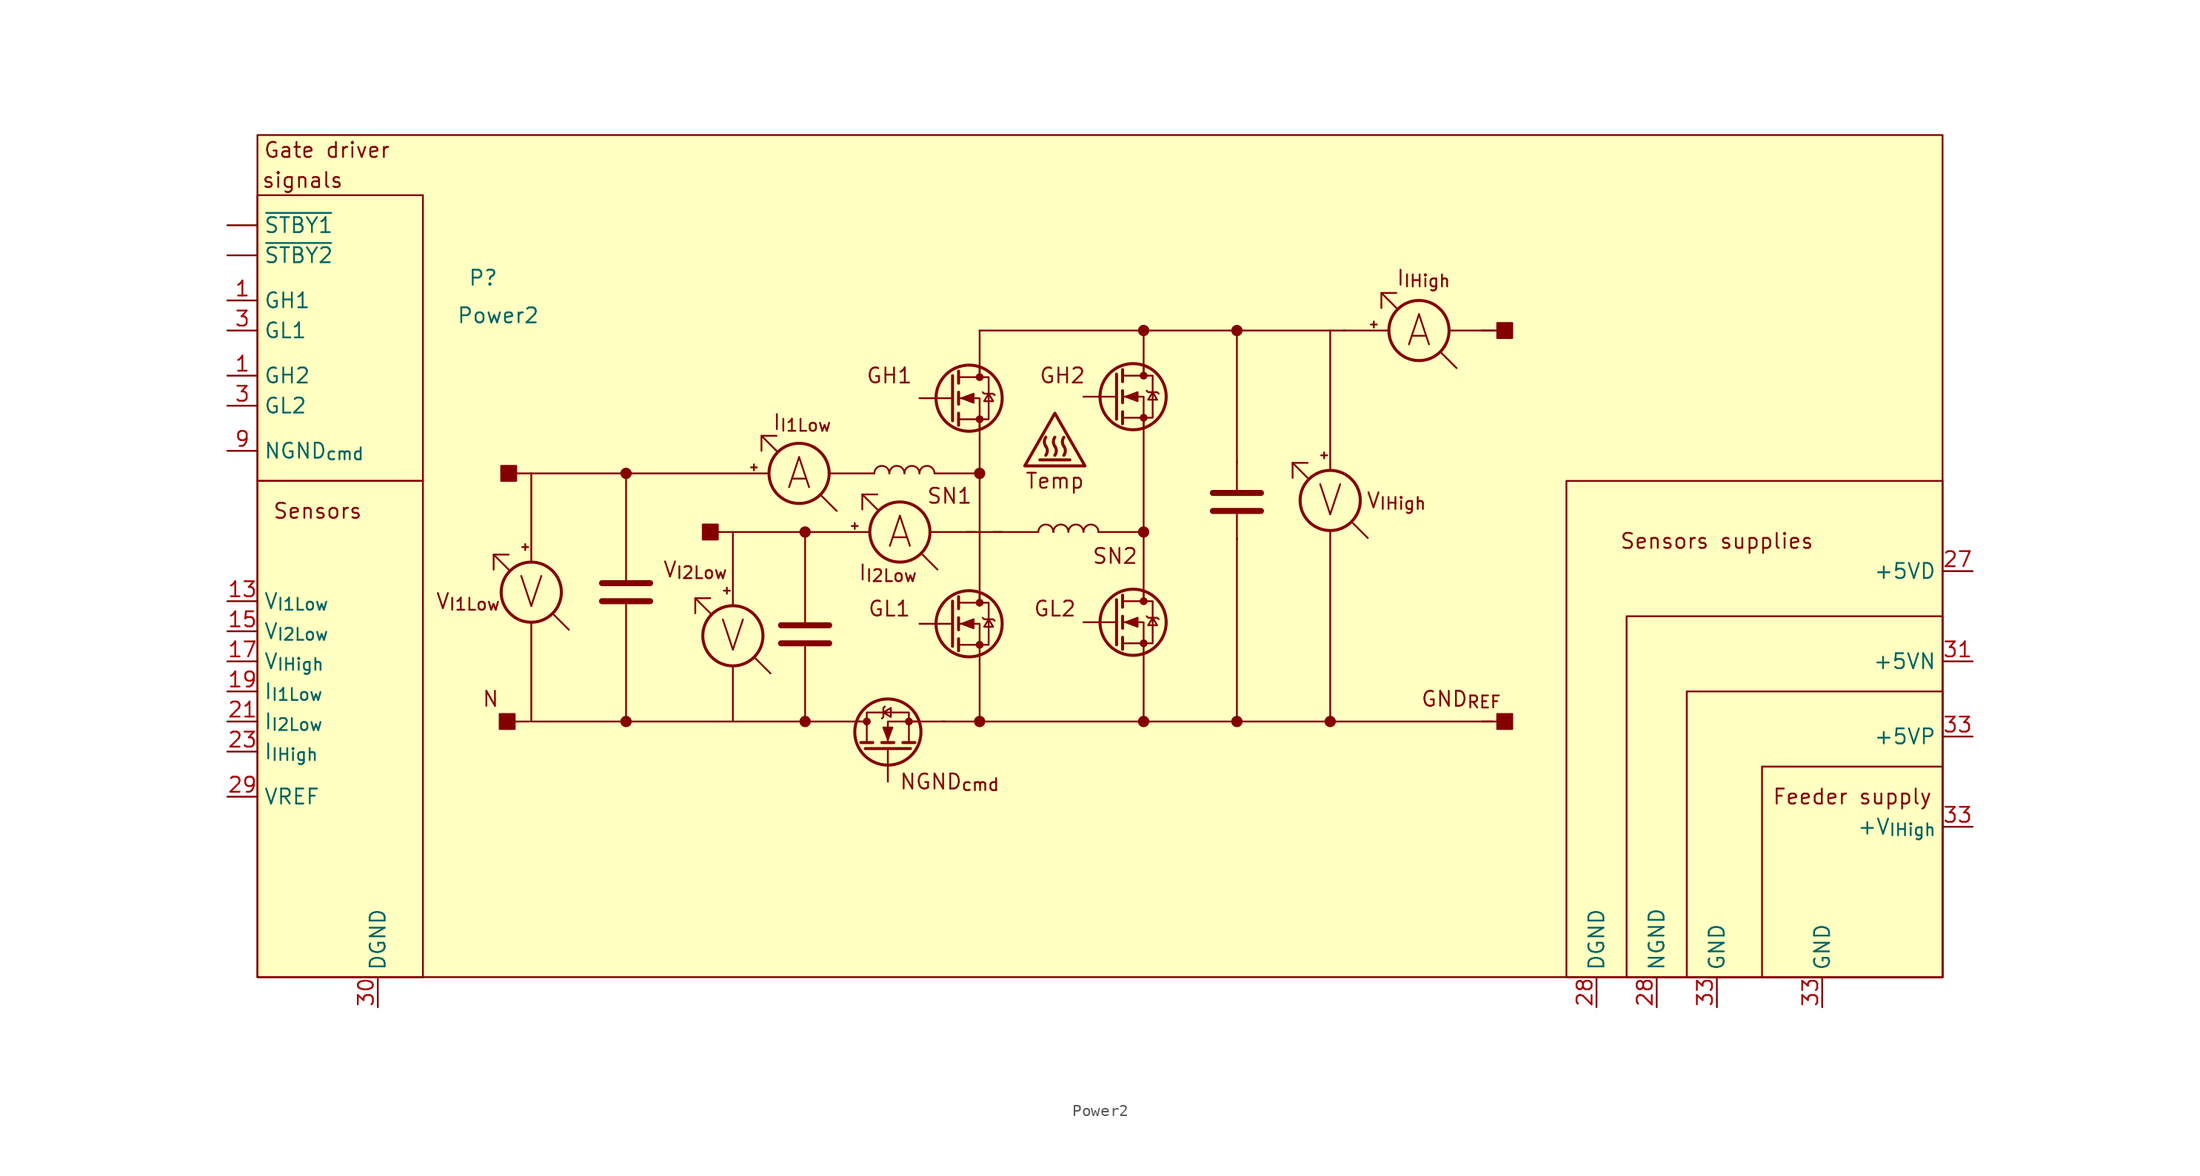
<source format=kicad_sym>
(kicad_symbol_lib
  (version 20241209)
  (generator "kicad_symbol_editor")
  (generator_version "9.0")
  (symbol "Power2"
    (property "Reference" "P"
      (at 2.54 10.795 0)
      (effects (font (size 1.27 1.27))))
    (property "Value" "Power2"
      (at 3.81 7.62 0)
      (effects (font (size 1.27 1.27))))
    (symbol "Power2_0_0"
      (rectangle (start -16.51 17.78) (end -2.54 -6.35) (stroke (width 0) (type default)) (fill (type none)))
      (rectangle (start -16.51 -6.35) (end -2.54 -48.26) (stroke (width 0) (type default)) (fill (type none)))
      (rectangle (start 3.937 -26.035) (end 5.207 -27.305) (stroke (width 0) (type default)) (fill (type outline)))
      (rectangle (start 4.064 -5.08) (end 5.334 -6.35) (stroke (width 0) (type default)) (fill (type outline)))
      (polyline (pts (xy 4.699 -12.573) (xy 3.429 -12.573) (xy 3.429 -13.843)) (stroke (width 0) (type default)) (fill (type none)))
      (polyline (pts (xy 4.699 -13.843) (xy 3.429 -12.573)) (stroke (width 0) (type default)) (fill (type none)))
      (polyline (pts (xy 6.477 -26.67) (xy 5.207 -26.67)) (stroke (width 0) (type default)) (fill (type none)))
      (polyline (pts (xy 6.604 -5.715) (xy 5.334 -5.715)) (stroke (width 0) (type default)) (fill (type none)))
      (polyline (pts (xy 9.779 -18.923) (xy 8.509 -17.653)) (stroke (width 0) (type default)) (fill (type none)))
      (rectangle (start 21.082 -10.033) (end 22.352 -11.303) (stroke (width 0) (type default)) (fill (type outline)))
      (polyline (pts (xy 21.717 -16.256) (xy 20.447 -16.256) (xy 20.447 -17.526)) (stroke (width 0) (type default)) (fill (type none)))
      (polyline (pts (xy 21.717 -17.526) (xy 20.447 -16.256)) (stroke (width 0) (type default)) (fill (type none)))
      (polyline (pts (xy 23.622 -10.668) (xy 22.352 -10.668)) (stroke (width 0) (type default)) (fill (type none)))
      (polyline (pts (xy 26.035 -3.81) (xy 26.035 -2.54) (xy 27.305 -2.54)) (stroke (width 0) (type default)) (fill (type none)))
      (polyline (pts (xy 26.797 -22.606) (xy 25.527 -21.336)) (stroke (width 0) (type default)) (fill (type none)))
      (polyline (pts (xy 27.305 -3.81) (xy 26.035 -2.54)) (stroke (width 0) (type default)) (fill (type none)))
      (polyline (pts (xy 32.385 -8.89) (xy 31.115 -7.62)) (stroke (width 0) (type default)) (fill (type none)))
      (polyline (pts (xy 34.544 -8.763) (xy 34.544 -7.493) (xy 35.814 -7.493)) (stroke (width 0) (type default)) (fill (type none)))
      (polyline (pts (xy 35.814 -8.763) (xy 34.544 -7.493)) (stroke (width 0) (type default)) (fill (type none)))
      (polyline (pts (xy 40.894 -13.843) (xy 39.624 -12.573)) (stroke (width 0) (type default)) (fill (type none)))
      (polyline (pts (xy 72.136 -4.826) (xy 70.866 -4.826) (xy 70.866 -6.096)) (stroke (width 0) (type default)) (fill (type none)))
      (polyline (pts (xy 72.136 -6.096) (xy 70.866 -4.826)) (stroke (width 0) (type default)) (fill (type none)))
      (polyline (pts (xy 77.216 -11.176) (xy 75.946 -9.906)) (stroke (width 0) (type default)) (fill (type none)))
      (polyline (pts (xy 78.359 8.255) (xy 78.359 9.525) (xy 79.629 9.525)) (stroke (width 0) (type default)) (fill (type none)))
      (polyline (pts (xy 79.629 8.255) (xy 78.359 9.525)) (stroke (width 0) (type default)) (fill (type none)))
      (polyline (pts (xy 84.709 3.175) (xy 83.439 4.445)) (stroke (width 0) (type default)) (fill (type none)))
      (polyline (pts (xy 86.868 6.35) (xy 88.138 6.35)) (stroke (width 0) (type default)) (fill (type none)))
      (polyline (pts (xy 86.868 -26.67) (xy 88.138 -26.67)) (stroke (width 0) (type default)) (fill (type none)))
      (rectangle (start 89.408 5.715) (end 88.138 6.985) (stroke (width 0) (type default)) (fill (type outline)))
      (rectangle (start 89.408 -27.305) (end 88.138 -26.035) (stroke (width 0) (type default)) (fill (type outline)))
      (rectangle (start 110.49 -30.48) (end 125.73 -48.26) (stroke (width 0) (type default)) (fill (type none)))
      (text "signals" (at -12.7 19.05 0) (effects (font (size 1.27 1.27))))
      (text "Sensors" (at -11.43 -8.89 0) (effects (font (size 1.27 1.27))))
      (text "Gate driver " (at -10.16 21.59 0) (effects (font (size 1.27 1.27))))
      (text "V_{I1Low}" (at 1.27 -16.51 0) (effects (font (size 1.27 1.27))))
      (text "N" (at 3.175 -24.765 0) (effects (font (size 1.27 1.27))))
      (text "V" (at 6.604 -15.748 0) (effects (font (size 2.54 2.54))))
      (text "V_{I2Low}" (at 20.447 -13.843 0) (effects (font (size 1.27 1.27))))
      (text "V" (at 23.622 -19.431 0) (effects (font (size 2.54 2.54))))
      (text "A" (at 29.21 -5.715 0) (effects (font (size 2.54 2.54))))
      (text "I_{I1Low}" (at 29.464 -1.397 0) (effects (font (size 1.27 1.27))))
      (text "I_{I2Low}" (at 36.703 -14.097 0) (effects (font (size 1.27 1.27))))
      (text "GH1" (at 36.83 2.54 0) (effects (font (size 1.27 1.27))))
      (text "GL1" (at 36.83 -17.145 0) (effects (font (size 1.27 1.27))))
      (text "A" (at 37.719 -10.668 0) (effects (font (size 2.54 2.54))))
      (text "SN1" (at 41.91 -7.62 0) (effects (font (size 1.27 1.27))))
      (text "NGND_{cmd}" (at 41.91 -31.75 0) (effects (font (size 1.27 1.27))))
      (text "Temp" (at 50.8 -6.35 0) (effects (font (size 1.27 1.27))))
      (text "GL2" (at 50.8 -17.145 0) (effects (font (size 1.27 1.27))))
      (text "GH2" (at 51.435 2.54 0) (effects (font (size 1.27 1.27))))
      (text "SN2" (at 55.88 -12.7 0) (effects (font (size 1.27 1.27))))
      (text "V" (at 74.041 -8.001 0) (effects (font (size 2.54 2.54))))
      (text "V_{IHigh}" (at 79.629 -8.001 0) (effects (font (size 1.27 1.27))))
      (text "A" (at 81.534 6.35 0) (effects (font (size 2.54 2.54))))
      (text "I_{IHigh}" (at 81.915 10.795 0) (effects (font (size 1.27 1.27))))
      (text "GND_{REF}" (at 85.09 -24.765 0) (effects (font (size 1.27 1.27))))
      (text "Sensors supplies" (at 106.68 -11.43 0) (effects (font (size 1.27 1.27))))
      (text "Feeder supply" (at 118.11 -33.02 0) (effects (font (size 1.27 1.27)))))
    (symbol "Power2_0_1"
      (rectangle (start -16.51 22.86) (end 125.73 -48.26) (stroke (width 0) (type default)) (fill (type background)))
      (polyline (pts (xy 6.096 -11.684) (xy 6.096 -12.192)) (stroke (width 0) (type default)) (fill (type none)))
      (polyline (pts (xy 6.35 -11.938) (xy 5.842 -11.938)) (stroke (width 0) (type default)) (fill (type none)))
      (polyline (pts (xy 6.604 -13.208) (xy 6.604 -5.715)) (stroke (width 0) (type default)) (fill (type none)))
      (circle (center 6.604 -15.748) (radius 2.54) (stroke (width 0.254) (type default)) (fill (type none)))
      (polyline (pts (xy 6.604 -18.288) (xy 6.604 -26.67)) (stroke (width 0) (type default)) (fill (type none)))
      (polyline (pts (xy 12.573 -14.986) (xy 16.637 -14.986)) (stroke (width 0.508) (type default)) (fill (type none)))
      (polyline (pts (xy 12.573 -16.51) (xy 16.637 -16.51)) (stroke (width 0.508) (type default)) (fill (type none)))
      (circle (center 14.605 -5.715) (radius 0.402) (stroke (width 0) (type default)) (fill (type outline)))
      (polyline (pts (xy 14.605 -14.732) (xy 14.605 -5.715)) (stroke (width 0) (type default)) (fill (type none)))
      (polyline (pts (xy 14.605 -26.67) (xy 14.605 -16.51)) (stroke (width 0) (type default)) (fill (type none)))
      (circle (center 14.605 -26.67) (radius 0.402) (stroke (width 0) (type default)) (fill (type outline)))
      (polyline (pts (xy 23.114 -15.367) (xy 23.114 -15.875)) (stroke (width 0) (type default)) (fill (type none)))
      (polyline (pts (xy 23.368 -15.621) (xy 22.86 -15.621)) (stroke (width 0) (type default)) (fill (type none)))
      (polyline (pts (xy 23.622 -16.891) (xy 23.622 -10.668)) (stroke (width 0) (type default)) (fill (type none)))
      (circle (center 23.622 -19.431) (radius 2.54) (stroke (width 0.254) (type default)) (fill (type none)))
      (polyline (pts (xy 23.622 -21.971) (xy 23.622 -26.67)) (stroke (width 0) (type default)) (fill (type none)))
      (polyline (pts (xy 25.146 -5.207) (xy 25.654 -5.207)) (stroke (width 0) (type default)) (fill (type none)))
      (polyline (pts (xy 25.4 -5.461) (xy 25.4 -4.953)) (stroke (width 0) (type default)) (fill (type none)))
      (polyline (pts (xy 26.543 -5.715) (xy 6.604 -5.715)) (stroke (width 0) (type default)) (fill (type none)))
      (polyline (pts (xy 27.686 -18.542) (xy 31.75 -18.542)) (stroke (width 0.508) (type default)) (fill (type none)))
      (polyline (pts (xy 27.686 -20.066) (xy 31.75 -20.066)) (stroke (width 0.508) (type default)) (fill (type none)))
      (circle (center 29.21 -5.715) (radius 2.54) (stroke (width 0.254) (type default)) (fill (type none)))
      (circle (center 29.718 -10.668) (radius 0.402) (stroke (width 0) (type default)) (fill (type outline)))
      (polyline (pts (xy 29.718 -18.288) (xy 29.718 -10.668)) (stroke (width 0) (type default)) (fill (type none)))
      (polyline (pts (xy 29.718 -26.67) (xy 29.718 -20.066)) (stroke (width 0) (type default)) (fill (type none)))
      (circle (center 29.718 -26.67) (radius 0.402) (stroke (width 0) (type default)) (fill (type outline)))
      (polyline (pts (xy 31.75 -5.715) (xy 35.56 -5.715)) (stroke (width 0) (type default)) (fill (type none)))
      (polyline (pts (xy 33.655 -10.16) (xy 34.163 -10.16)) (stroke (width 0) (type default)) (fill (type none)))
      (polyline (pts (xy 33.909 -10.414) (xy 33.909 -9.906)) (stroke (width 0) (type default)) (fill (type none)))
      (polyline (pts (xy 34.163 -26.67) (xy 34.925 -26.67)) (stroke (width 0) (type default)) (fill (type none)))
      (polyline (pts (xy 34.417 -26.67) (xy 6.604 -26.67)) (stroke (width 0) (type default)) (fill (type none)))
      (polyline (pts (xy 34.417 -28.448) (xy 35.433 -28.448)) (stroke (width 0.254) (type default)) (fill (type none)))
      (polyline (pts (xy 34.798 -28.956) (xy 38.608 -28.956)) (stroke (width 0.254) (type default)) (fill (type none)))
      (circle (center 34.925 -26.67) (radius 0.254) (stroke (width 0) (type default)) (fill (type outline)))
      (polyline (pts (xy 35.179 -10.668) (xy 23.622 -10.668)) (stroke (width 0) (type default)) (fill (type none)))
      (arc (start 35.56 -5.715) (mid 36.195 -5.0827) (end 36.83 -5.715) (stroke (width 0) (type default)) (fill (type none)))
      (polyline (pts (xy 36.195 -26.416) (xy 36.322 -26.289) (xy 36.322 -25.527) (xy 36.449 -25.4)) (stroke (width 0) (type default)) (fill (type none)))
      (polyline (pts (xy 36.195 -28.448) (xy 37.211 -28.448)) (stroke (width 0.254) (type default)) (fill (type none)))
      (polyline (pts (xy 36.322 -25.908) (xy 36.957 -26.289) (xy 36.957 -25.527) (xy 36.322 -25.908)) (stroke (width 0) (type default)) (fill (type none)))
      (circle (center 36.703 -27.559) (radius 2.794) (stroke (width 0.254) (type default)) (fill (type none)))
      (polyline (pts (xy 36.703 -28.194) (xy 36.322 -27.178) (xy 37.084 -27.178) (xy 36.703 -28.194)) (stroke (width 0) (type default)) (fill (type outline)))
      (polyline (pts (xy 36.703 -28.956) (xy 36.703 -31.75)) (stroke (width 0) (type default)) (fill (type none)))
      (arc (start 36.83 -5.715) (mid 37.465 -5.0827) (end 38.1 -5.715) (stroke (width 0) (type default)) (fill (type none)))
      (circle (center 37.719 -10.668) (radius 2.54) (stroke (width 0.254) (type default)) (fill (type none)))
      (polyline (pts (xy 37.973 -28.448) (xy 38.989 -28.448)) (stroke (width 0.254) (type default)) (fill (type none)))
      (circle (center 38.481 -26.67) (radius 0.254) (stroke (width 0) (type default)) (fill (type outline)))
      (polyline (pts (xy 38.481 -28.448) (xy 38.481 -25.908) (xy 34.925 -25.908) (xy 34.925 -28.448)) (stroke (width 0) (type default)) (fill (type none)))
      (arc (start 38.1 -5.715) (mid 38.735 -5.0827) (end 39.37 -5.715) (stroke (width 0) (type default)) (fill (type none)))
      (polyline (pts (xy 39.243 -26.67) (xy 36.703 -26.67) (xy 36.703 -28.448)) (stroke (width 0) (type default)) (fill (type none)))
      (arc (start 39.37 -5.715) (mid 40.005 -5.0827) (end 40.64 -5.715) (stroke (width 0) (type default)) (fill (type none)))
      (polyline (pts (xy 40.259 -10.668) (xy 44.069 -10.668)) (stroke (width 0) (type default)) (fill (type none)))
      (polyline (pts (xy 40.64 -5.715) (xy 44.45 -5.715)) (stroke (width 0) (type default)) (fill (type none)))
      (polyline (pts (xy 41.529 -26.67) (xy 38.735 -26.67)) (stroke (width 0) (type default)) (fill (type none)))
      (polyline (pts (xy 42.164 2.54) (xy 42.164 -1.27)) (stroke (width 0.254) (type default)) (fill (type none)))
      (polyline (pts (xy 42.164 0.635) (xy 39.37 0.635)) (stroke (width 0) (type default)) (fill (type none)))
      (polyline (pts (xy 42.164 -16.51) (xy 42.164 -20.32)) (stroke (width 0.254) (type default)) (fill (type none)))
      (polyline (pts (xy 42.164 -18.415) (xy 39.37 -18.415)) (stroke (width 0) (type default)) (fill (type none)))
      (polyline (pts (xy 42.672 2.921) (xy 42.672 1.905)) (stroke (width 0.254) (type default)) (fill (type none)))
      (polyline (pts (xy 42.672 1.143) (xy 42.672 0.127)) (stroke (width 0.254) (type default)) (fill (type none)))
      (polyline (pts (xy 42.672 -0.635) (xy 42.672 -1.651)) (stroke (width 0.254) (type default)) (fill (type none)))
      (polyline (pts (xy 42.672 -1.143) (xy 45.212 -1.143) (xy 45.212 2.413) (xy 42.672 2.413)) (stroke (width 0) (type default)) (fill (type none)))
      (polyline (pts (xy 42.672 -16.129) (xy 42.672 -17.145)) (stroke (width 0.254) (type default)) (fill (type none)))
      (polyline (pts (xy 42.672 -17.907) (xy 42.672 -18.923)) (stroke (width 0.254) (type default)) (fill (type none)))
      (polyline (pts (xy 42.672 -19.685) (xy 42.672 -20.701)) (stroke (width 0.254) (type default)) (fill (type none)))
      (polyline (pts (xy 42.672 -20.193) (xy 45.212 -20.193) (xy 45.212 -16.637) (xy 42.672 -16.637)) (stroke (width 0) (type default)) (fill (type none)))
      (polyline (pts (xy 42.926 0.635) (xy 43.942 1.016) (xy 43.942 0.254) (xy 42.926 0.635)) (stroke (width 0) (type default)) (fill (type outline)))
      (polyline (pts (xy 42.926 -18.415) (xy 43.942 -18.034) (xy 43.942 -18.796) (xy 42.926 -18.415)) (stroke (width 0) (type default)) (fill (type outline)))
      (polyline (pts (xy 43.307 -10.668) (xy 46.355 -10.668)) (stroke (width 0) (type default)) (fill (type none)))
      (circle (center 43.561 0.635) (radius 2.794) (stroke (width 0.254) (type default)) (fill (type none)))
      (circle (center 43.561 -18.415) (radius 2.794) (stroke (width 0.254) (type default)) (fill (type none)))
      (polyline (pts (xy 44.45 3.175) (xy 44.45 2.413)) (stroke (width 0) (type default)) (fill (type none)))
      (polyline (pts (xy 44.45 2.54) (xy 44.45 6.35)) (stroke (width 0) (type default)) (fill (type none)))
      (circle (center 44.45 2.413) (radius 0.254) (stroke (width 0) (type default)) (fill (type outline)))
      (polyline (pts (xy 44.45 -1.143) (xy 44.45 -16.51)) (stroke (width 0) (type default)) (fill (type none)))
      (circle (center 44.45 -1.143) (radius 0.254) (stroke (width 0) (type default)) (fill (type outline)))
      (polyline (pts (xy 44.45 -1.905) (xy 44.45 0.635) (xy 42.672 0.635)) (stroke (width 0) (type default)) (fill (type none)))
      (circle (center 44.45 -5.715) (radius 0.402) (stroke (width 0) (type default)) (fill (type outline)))
      (polyline (pts (xy 44.45 -15.875) (xy 44.45 -16.637)) (stroke (width 0) (type default)) (fill (type none)))
      (circle (center 44.45 -16.637) (radius 0.254) (stroke (width 0) (type default)) (fill (type outline)))
      (circle (center 44.45 -20.193) (radius 0.254) (stroke (width 0) (type default)) (fill (type outline)))
      (polyline (pts (xy 44.45 -20.955) (xy 44.45 -26.67)) (stroke (width 0) (type default)) (fill (type none)))
      (polyline (pts (xy 44.45 -20.955) (xy 44.45 -18.415) (xy 42.672 -18.415)) (stroke (width 0) (type default)) (fill (type none)))
      (polyline (pts (xy 44.45 -26.67) (xy 87.757 -26.67)) (stroke (width 0) (type default)) (fill (type none)))
      (circle (center 44.45 -26.67) (radius 0.402) (stroke (width 0) (type default)) (fill (type outline)))
      (polyline (pts (xy 44.577 -26.67) (xy 41.275 -26.67)) (stroke (width 0) (type default)) (fill (type none)))
      (polyline (pts (xy 44.704 1.143) (xy 44.831 1.016) (xy 45.593 1.016) (xy 45.72 0.889)) (stroke (width 0) (type default)) (fill (type none)))
      (polyline (pts (xy 44.704 -17.907) (xy 44.831 -18.034) (xy 45.593 -18.034) (xy 45.72 -18.161)) (stroke (width 0) (type default)) (fill (type none)))
      (polyline (pts (xy 45.212 1.016) (xy 44.831 0.381) (xy 45.593 0.381) (xy 45.212 1.016)) (stroke (width 0) (type default)) (fill (type none)))
      (polyline (pts (xy 45.212 -18.034) (xy 44.831 -18.669) (xy 45.593 -18.669) (xy 45.212 -18.034)) (stroke (width 0) (type default)) (fill (type none)))
      (polyline (pts (xy 45.593 -10.668) (xy 49.403 -10.668)) (stroke (width 0) (type default)) (fill (type none)))
      (polyline (pts (xy 48.26 -5.08) (xy 53.34 -5.08) (xy 50.8 -0.635) (xy 48.26 -5.08)) (stroke (width 0.254) (type default)) (fill (type none)))
      (arc (start 50.038 -3.429) (mid 50.165 -3.81) (end 50.038 -4.191) (stroke (width 0.254) (type default)) (fill (type none)))
      (arc (start 49.403 -10.668) (mid 50.038 -10.0357) (end 50.673 -10.668) (stroke (width 0) (type default)) (fill (type none)))
      (arc (start 50.8 -3.429) (mid 50.9266 -3.81) (end 50.8 -4.191) (stroke (width 0.254) (type default)) (fill (type none)))
      (arc (start 50.038 -3.429) (mid 49.913 -3.0484) (end 50.038 -2.667) (stroke (width 0.254) (type default)) (fill (type none)))
      (arc (start 51.562 -3.429) (mid 51.6882 -3.81) (end 51.562 -4.191) (stroke (width 0.254) (type default)) (fill (type none)))
      (arc (start 50.673 -10.668) (mid 51.308 -10.0357) (end 51.943 -10.668) (stroke (width 0) (type default)) (fill (type none)))
      (arc (start 50.8 -3.429) (mid 50.6746 -3.0484) (end 50.8 -2.667) (stroke (width 0.254) (type default)) (fill (type none)))
      (polyline (pts (xy 52.07 -4.572) (xy 49.53 -4.572)) (stroke (width 0.254) (type default)) (fill (type none)))
      (arc (start 51.562 -3.429) (mid 51.4362 -3.0484) (end 51.562 -2.667) (stroke (width 0.254) (type default)) (fill (type none)))
      (arc (start 51.943 -10.668) (mid 52.578 -10.0357) (end 53.213 -10.668) (stroke (width 0) (type default)) (fill (type none)))
      (arc (start 53.213 -10.668) (mid 53.848 -10.0357) (end 54.483 -10.668) (stroke (width 0) (type default)) (fill (type none)))
      (polyline (pts (xy 54.483 -10.668) (xy 58.293 -10.668)) (stroke (width 0) (type default)) (fill (type none)))
      (polyline (pts (xy 56.007 2.667) (xy 56.007 -1.143)) (stroke (width 0.254) (type default)) (fill (type none)))
      (polyline (pts (xy 56.007 0.762) (xy 53.213 0.762)) (stroke (width 0) (type default)) (fill (type none)))
      (polyline (pts (xy 56.007 -16.383) (xy 56.007 -20.193)) (stroke (width 0.254) (type default)) (fill (type none)))
      (polyline (pts (xy 56.007 -18.288) (xy 53.213 -18.288)) (stroke (width 0) (type default)) (fill (type none)))
      (polyline (pts (xy 56.515 3.048) (xy 56.515 2.032)) (stroke (width 0.254) (type default)) (fill (type none)))
      (polyline (pts (xy 56.515 1.27) (xy 56.515 0.254)) (stroke (width 0.254) (type default)) (fill (type none)))
      (polyline (pts (xy 56.515 -0.508) (xy 56.515 -1.524)) (stroke (width 0.254) (type default)) (fill (type none)))
      (polyline (pts (xy 56.515 -1.016) (xy 59.055 -1.016) (xy 59.055 2.54) (xy 56.515 2.54)) (stroke (width 0) (type default)) (fill (type none)))
      (polyline (pts (xy 56.515 -16.002) (xy 56.515 -17.018)) (stroke (width 0.254) (type default)) (fill (type none)))
      (polyline (pts (xy 56.515 -17.78) (xy 56.515 -18.796)) (stroke (width 0.254) (type default)) (fill (type none)))
      (polyline (pts (xy 56.515 -19.558) (xy 56.515 -20.574)) (stroke (width 0.254) (type default)) (fill (type none)))
      (polyline (pts (xy 56.515 -20.066) (xy 59.055 -20.066) (xy 59.055 -16.51) (xy 56.515 -16.51)) (stroke (width 0) (type default)) (fill (type none)))
      (polyline (pts (xy 56.769 0.762) (xy 57.785 1.143) (xy 57.785 0.381) (xy 56.769 0.762)) (stroke (width 0) (type default)) (fill (type outline)))
      (polyline (pts (xy 56.769 -18.288) (xy 57.785 -17.907) (xy 57.785 -18.669) (xy 56.769 -18.288)) (stroke (width 0) (type default)) (fill (type outline)))
      (circle (center 57.404 0.762) (radius 2.794) (stroke (width 0.254) (type default)) (fill (type none)))
      (circle (center 57.404 -18.288) (radius 2.794) (stroke (width 0.254) (type default)) (fill (type none)))
      (circle (center 58.293 6.35) (radius 0.402) (stroke (width 0) (type default)) (fill (type outline)))
      (polyline (pts (xy 58.293 3.302) (xy 58.293 2.54)) (stroke (width 0) (type default)) (fill (type none)))
      (polyline (pts (xy 58.293 2.667) (xy 58.293 6.35)) (stroke (width 0) (type default)) (fill (type none)))
      (circle (center 58.293 2.54) (radius 0.254) (stroke (width 0) (type default)) (fill (type outline)))
      (polyline (pts (xy 58.293 -1.016) (xy 58.293 -16.383)) (stroke (width 0) (type default)) (fill (type none)))
      (circle (center 58.293 -1.016) (radius 0.254) (stroke (width 0) (type default)) (fill (type outline)))
      (polyline (pts (xy 58.293 -1.778) (xy 58.293 0.762) (xy 56.515 0.762)) (stroke (width 0) (type default)) (fill (type none)))
      (circle (center 58.293 -10.668) (radius 0.402) (stroke (width 0) (type default)) (fill (type outline)))
      (polyline (pts (xy 58.293 -15.748) (xy 58.293 -16.51)) (stroke (width 0) (type default)) (fill (type none)))
      (circle (center 58.293 -16.51) (radius 0.254) (stroke (width 0) (type default)) (fill (type outline)))
      (circle (center 58.293 -20.066) (radius 0.254) (stroke (width 0) (type default)) (fill (type outline)))
      (polyline (pts (xy 58.293 -20.828) (xy 58.293 -26.67)) (stroke (width 0) (type default)) (fill (type none)))
      (polyline (pts (xy 58.293 -20.828) (xy 58.293 -18.288) (xy 56.515 -18.288)) (stroke (width 0) (type default)) (fill (type none)))
      (circle (center 58.293 -26.67) (radius 0.402) (stroke (width 0) (type default)) (fill (type outline)))
      (polyline (pts (xy 58.547 1.27) (xy 58.674 1.143) (xy 59.436 1.143) (xy 59.563 1.016)) (stroke (width 0) (type default)) (fill (type none)))
      (polyline (pts (xy 58.547 -17.78) (xy 58.674 -17.907) (xy 59.436 -17.907) (xy 59.563 -18.034)) (stroke (width 0) (type default)) (fill (type none)))
      (polyline (pts (xy 59.055 1.143) (xy 58.674 0.508) (xy 59.436 0.508) (xy 59.055 1.143)) (stroke (width 0) (type default)) (fill (type none)))
      (polyline (pts (xy 59.055 -17.907) (xy 58.674 -18.542) (xy 59.436 -18.542) (xy 59.055 -17.907)) (stroke (width 0) (type default)) (fill (type none)))
      (polyline (pts (xy 64.135 -7.366) (xy 68.199 -7.366)) (stroke (width 0.508) (type default)) (fill (type none)))
      (polyline (pts (xy 64.135 -8.89) (xy 68.199 -8.89)) (stroke (width 0.508) (type default)) (fill (type none)))
      (circle (center 66.167 6.35) (radius 0.402) (stroke (width 0) (type default)) (fill (type outline)))
      (polyline (pts (xy 66.167 -4.826) (xy 66.167 6.35)) (stroke (width 0) (type default)) (fill (type none)))
      (polyline (pts (xy 66.167 -7.112) (xy 66.167 -4.699)) (stroke (width 0) (type default)) (fill (type none)))
      (polyline (pts (xy 66.167 -11.176) (xy 66.167 -26.67)) (stroke (width 0) (type default)) (fill (type none)))
      (polyline (pts (xy 66.167 -11.303) (xy 66.167 -8.89)) (stroke (width 0) (type default)) (fill (type none)))
      (circle (center 66.167 -26.67) (radius 0.402) (stroke (width 0) (type default)) (fill (type outline)))
      (polyline (pts (xy 73.533 -3.937) (xy 73.533 -4.445)) (stroke (width 0) (type default)) (fill (type none)))
      (polyline (pts (xy 73.787 -4.191) (xy 73.279 -4.191)) (stroke (width 0) (type default)) (fill (type none)))
      (polyline (pts (xy 74.041 -5.461) (xy 74.041 6.35)) (stroke (width 0) (type default)) (fill (type none)))
      (circle (center 74.041 -8.001) (radius 2.54) (stroke (width 0.254) (type default)) (fill (type none)))
      (polyline (pts (xy 74.041 -10.541) (xy 74.041 -26.67)) (stroke (width 0) (type default)) (fill (type none)))
      (circle (center 74.041 -26.67) (radius 0.402) (stroke (width 0) (type default)) (fill (type outline)))
      (polyline (pts (xy 75.311 6.35) (xy 44.45 6.35)) (stroke (width 0) (type default)) (fill (type none)))
      (polyline (pts (xy 77.47 6.858) (xy 77.978 6.858)) (stroke (width 0) (type default)) (fill (type none)))
      (polyline (pts (xy 77.724 6.604) (xy 77.724 7.112)) (stroke (width 0) (type default)) (fill (type none)))
      (polyline (pts (xy 78.994 6.35) (xy 75.184 6.35)) (stroke (width 0) (type default)) (fill (type none)))
      (circle (center 81.534 6.35) (radius 2.54) (stroke (width 0.254) (type default)) (fill (type none)))
      (polyline (pts (xy 84.074 6.35) (xy 87.884 6.35)) (stroke (width 0) (type default)) (fill (type none)))
      (rectangle (start 93.98 -6.35) (end 125.73 -48.26) (stroke (width 0) (type default)) (fill (type none)))
      (rectangle (start 125.73 -48.26) (end 99.06 -17.78) (stroke (width 0) (type default)) (fill (type none)))
      (rectangle (start 125.73 -48.26) (end 104.14 -24.13) (stroke (width 0) (type default)) (fill (type none))))
    (symbol "Power2_1_1"
      (pin input line (at -19.05 15.24 0) (length 2.54) (name "~{STBY1}" (effects (font (size 1.27 1.27)))) (number "" (effects (font (size 1.27 1.27)))))
      (pin input line (at -19.05 12.7 0) (length 2.54) (name "~{STBY2}" (effects (font (size 1.27 1.27)))) (number "" (effects (font (size 1.27 1.27)))))
      (pin input line (at -19.05 8.89 0) (length 2.54) (name "GH1" (effects (font (size 1.27 1.27)))) (number "1" (effects (font (size 1.27 1.27)))))
      (pin input line (at -19.05 6.35 0) (length 2.54) (name "GL1" (effects (font (size 1.27 1.27)))) (number "3" (effects (font (size 1.27 1.27)))))
      (pin input line (at -19.05 2.54 0) (length 2.54) (name "GH2" (effects (font (size 1.27 1.27)))) (number "1" (effects (font (size 1.27 1.27)))))
      (pin input line (at -19.05 0 0) (length 2.54) (name "GL2" (effects (font (size 1.27 1.27)))) (number "3" (effects (font (size 1.27 1.27)))))
      (pin input line (at -19.05 -3.81 0) (length 2.54) (name "NGND_{cmd}" (effects (font (size 1.27 1.27)))) (number "9" (effects (font (size 1.27 1.27)))))
      (pin output line (at -19.05 -16.51 0) (length 2.54) (name "V_{I1Low}" (effects (font (size 1.27 1.27)))) (number "13" (effects (font (size 1.27 1.27)))))
      (pin output line (at -19.05 -19.05 0) (length 2.54) (name "V_{I2Low}" (effects (font (size 1.27 1.27)))) (number "15" (effects (font (size 1.27 1.27)))))
      (pin output line (at -19.05 -21.59 0) (length 2.54) (name "V_{IHigh}" (effects (font (size 1.27 1.27)))) (number "17" (effects (font (size 1.27 1.27)))))
      (pin output line (at -19.05 -24.13 0) (length 2.54) (name "I_{I1Low}" (effects (font (size 1.27 1.27)))) (number "19" (effects (font (size 1.27 1.27)))))
      (pin output line (at -19.05 -26.67 0) (length 2.54) (name "I_{I2Low}" (effects (font (size 1.27 1.27)))) (number "21" (effects (font (size 1.27 1.27)))))
      (pin output line (at -19.05 -29.21 0) (length 2.54) (name "I_{IHigh}" (effects (font (size 1.27 1.27)))) (number "23" (effects (font (size 1.27 1.27)))))
      (pin input line (at -19.05 -33.02 0) (length 2.54) (name "VREF" (effects (font (size 1.27 1.27)))) (number "29" (effects (font (size 1.27 1.27)))))
      (pin bidirectional line (at -6.35 -50.8 90) (length 2.54) (name "DGND" (effects (font (size 1.27 1.27)))) (number "30" (effects (font (size 1.27 1.27)))))
      (pin power_in line (at 96.52 -50.8 90) (length 2.54) (name "DGND" (effects (font (size 1.27 1.27)))) (number "28" (effects (font (size 1.27 1.27)))))
      (pin power_in line (at 101.6 -50.8 90) (length 2.54) (name "NGND" (effects (font (size 1.27 1.27)))) (number "28" (effects (font (size 1.27 1.27)))))
      (pin power_in line (at 106.68 -50.8 90) (length 2.54) (name "GND" (effects (font (size 1.27 1.27)))) (number "33" (effects (font (size 1.27 1.27)))))
      (pin power_out line (at 115.57 -50.8 90) (length 2.54) (name "GND" (effects (font (size 1.27 1.27)))) (number "33" (effects (font (size 1.27 1.27)))))
      (pin power_in line (at 128.27 -13.97 180) (length 2.54) (name "+5VD" (effects (font (size 1.27 1.27)))) (number "27" (effects (font (size 1.27 1.27)))))
      (pin power_in line (at 128.27 -21.59 180) (length 2.54) (name "+5VN" (effects (font (size 1.27 1.27)))) (number "31" (effects (font (size 1.27 1.27)))))
      (pin power_in line (at 128.27 -27.94 180) (length 2.54) (name "+5VP" (effects (font (size 1.27 1.27)))) (number "33" (effects (font (size 1.27 1.27)))))
      (pin power_out line (at 128.27 -35.56 180) (length 2.54) (name "+V_{IHigh}" (effects (font (size 1.27 1.27)))) (number "33" (effects (font (size 1.27 1.27))))))))
</source>
